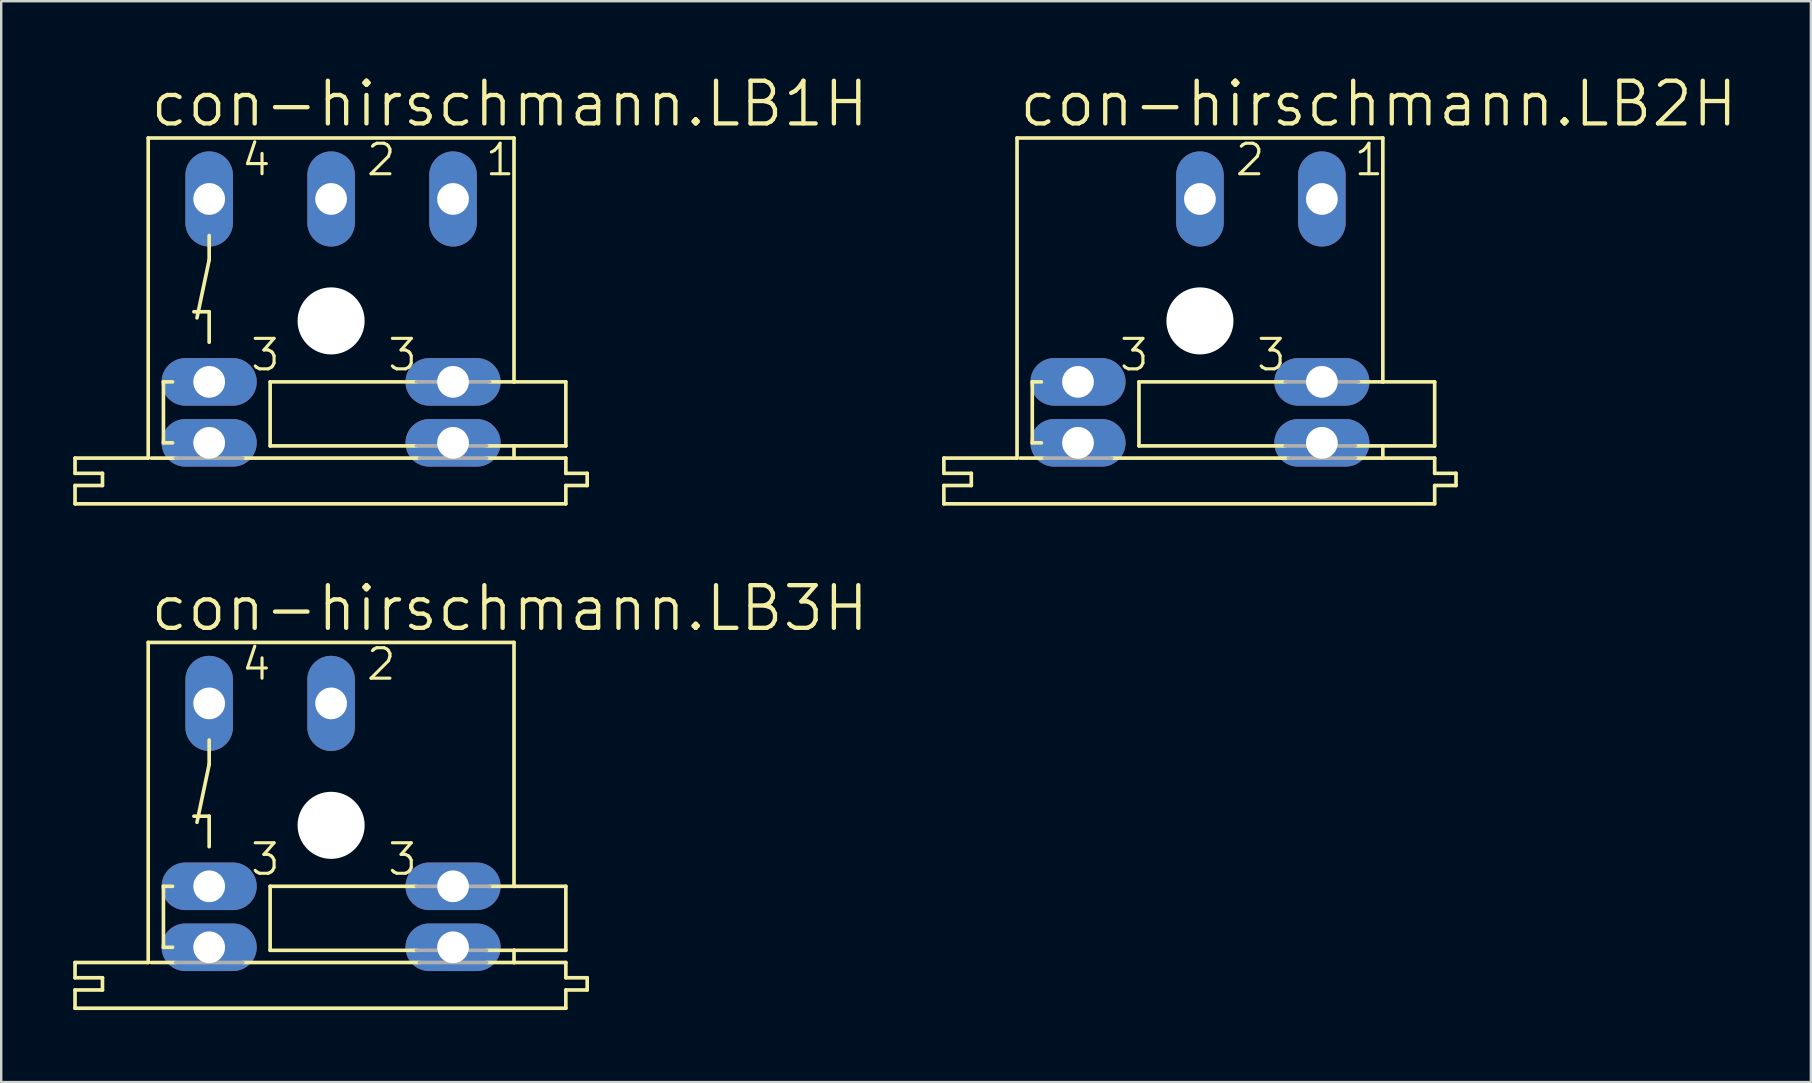
<source format=kicad_pcb>
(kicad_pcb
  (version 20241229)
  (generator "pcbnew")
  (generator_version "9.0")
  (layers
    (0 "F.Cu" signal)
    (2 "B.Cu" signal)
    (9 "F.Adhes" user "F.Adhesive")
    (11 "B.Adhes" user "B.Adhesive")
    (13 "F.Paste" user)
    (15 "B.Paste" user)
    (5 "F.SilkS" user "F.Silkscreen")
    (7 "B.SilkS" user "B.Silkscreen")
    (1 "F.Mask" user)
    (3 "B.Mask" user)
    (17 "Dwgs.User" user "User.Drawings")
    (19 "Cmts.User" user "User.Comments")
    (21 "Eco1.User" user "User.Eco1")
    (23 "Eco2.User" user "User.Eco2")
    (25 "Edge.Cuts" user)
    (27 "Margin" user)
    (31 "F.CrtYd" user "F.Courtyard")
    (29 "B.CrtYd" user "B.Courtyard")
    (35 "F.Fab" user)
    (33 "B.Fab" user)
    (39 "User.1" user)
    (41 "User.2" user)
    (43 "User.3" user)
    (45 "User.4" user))
  (footprint "con-hirschmann.LB1H"
    (layer "F.Cu")
    (at 10.744 10.319)
    (property "Reference" "con-hirschmann.LB1H" (at -7.62 -8.001 0) (layer "F.SilkS") (effects (font (size 1.778 1.778) (thickness 0.18)) (justify left bottom)))
    (attr through_hole)
    (fp_line (start -10.668 6.35) (end -10.668 5.715) (stroke (width 0.152) (type default)) (layer "F.SilkS"))
    (fp_line (start -10.668 6.35) (end -9.525 6.35) (stroke (width 0.152) (type default)) (layer "F.SilkS"))
    (fp_line (start -10.668 7.62) (end -10.668 6.858) (stroke (width 0.152) (type default)) (layer "F.SilkS"))
    (fp_line (start -10.668 7.62) (end 9.779 7.62) (stroke (width 0.152) (type default)) (layer "F.SilkS"))
    (fp_line (start -9.525 6.858) (end -10.668 6.858) (stroke (width 0.152) (type default)) (layer "F.SilkS"))
    (fp_line (start -9.525 6.858) (end -9.525 6.35) (stroke (width 0.152) (type default)) (layer "F.SilkS"))
    (fp_line (start -7.62 -7.62) (end -7.62 5.715) (stroke (width 0.152) (type default)) (layer "F.SilkS"))
    (fp_line (start -7.62 5.715) (end -10.668 5.715) (stroke (width 0.152) (type default)) (layer "F.SilkS"))
    (fp_line (start -7.493 5.715) (end -6.477 5.715) (stroke (width 0.152) (type default)) (layer "F.SilkS"))
    (fp_line (start -6.985 2.54) (end -6.985 5.08) (stroke (width 0.152) (type default)) (layer "F.SilkS"))
    (fp_line (start -6.985 5.08) (end -6.604 5.08) (stroke (width 0.152) (type default)) (layer "F.SilkS"))
    (fp_line (start -6.604 2.54) (end -6.985 2.54) (stroke (width 0.152) (type default)) (layer "F.SilkS"))
    (fp_line (start -5.715 -0.381) (end -5.08 -0.381) (stroke (width 0.152) (type default)) (layer "F.SilkS"))
    (fp_line (start -5.08 -3.556) (end -5.08 -2.54) (stroke (width 0.152) (type default)) (layer "F.SilkS"))
    (fp_line (start -5.08 -2.54) (end -5.588 -0.127) (stroke (width 0.152) (type default)) (layer "F.SilkS"))
    (fp_line (start -5.08 -0.381) (end -5.08 0.889) (stroke (width 0.152) (type default)) (layer "F.SilkS"))
    (fp_line (start -3.683 5.715) (end 3.683 5.715) (stroke (width 0.152) (type default)) (layer "F.SilkS"))
    (fp_line (start -2.54 2.54) (end -2.54 5.207) (stroke (width 0.152) (type default)) (layer "F.SilkS"))
    (fp_line (start -2.54 5.207) (end 3.556 5.207) (stroke (width 0.152) (type default)) (layer "F.SilkS"))
    (fp_line (start 3.556 2.54) (end -2.54 2.54) (stroke (width 0.152) (type default)) (layer "F.SilkS"))
    (fp_line (start 6.477 5.207) (end 7.62 5.207) (stroke (width 0.152) (type default)) (layer "F.SilkS"))
    (fp_line (start 6.477 5.715) (end 7.62 5.715) (stroke (width 0.152) (type default)) (layer "F.SilkS"))
    (fp_line (start 7.62 -7.62) (end -7.62 -7.62) (stroke (width 0.152) (type default)) (layer "F.SilkS"))
    (fp_line (start 7.62 -7.62) (end 7.62 2.54) (stroke (width 0.152) (type default)) (layer "F.SilkS"))
    (fp_line (start 7.62 2.54) (end 6.604 2.54) (stroke (width 0.152) (type default)) (layer "F.SilkS"))
    (fp_line (start 7.62 5.715) (end 7.62 5.207) (stroke (width 0.152) (type default)) (layer "F.SilkS"))
    (fp_line (start 9.779 2.54) (end 7.62 2.54) (stroke (width 0.152) (type default)) (layer "F.SilkS"))
    (fp_line (start 9.779 5.207) (end 7.62 5.207) (stroke (width 0.152) (type default)) (layer "F.SilkS"))
    (fp_line (start 9.779 5.207) (end 9.779 2.54) (stroke (width 0.152) (type default)) (layer "F.SilkS"))
    (fp_line (start 9.779 5.715) (end 7.62 5.715) (stroke (width 0.152) (type default)) (layer "F.SilkS"))
    (fp_line (start 9.779 5.715) (end 9.779 6.35) (stroke (width 0.152) (type default)) (layer "F.SilkS"))
    (fp_line (start 9.779 7.62) (end 9.779 6.858) (stroke (width 0.152) (type default)) (layer "F.SilkS"))
    (fp_line (start 10.668 6.35) (end 9.779 6.35) (stroke (width 0.152) (type default)) (layer "F.SilkS"))
    (fp_line (start 10.668 6.858) (end 9.779 6.858) (stroke (width 0.152) (type default)) (layer "F.SilkS"))
    (fp_line (start 10.668 6.858) (end 10.668 6.35) (stroke (width 0.152) (type default)) (layer "F.SilkS"))
    (fp_line (start -3.683 5.715) (end -6.477 5.715) (stroke (width 0.152) (type default)) (layer "F.Fab"))
    (fp_line (start 3.556 5.207) (end 6.477 5.207) (stroke (width 0.152) (type default)) (layer "F.Fab"))
    (fp_line (start 6.477 5.715) (end 3.683 5.715) (stroke (width 0.152) (type default)) (layer "F.Fab"))
    (fp_line (start 6.604 2.54) (end 3.556 2.54) (stroke (width 0.152) (type default)) (layer "F.Fab"))
    (fp_text user "4" (at -3.81 -5.969 0) (layer "F.SilkS") (effects (font (size 1.27 1.27) (thickness 0.13)) (justify left bottom)))
    (fp_text user "3" (at -3.429 2.159 0) (layer "F.SilkS") (effects (font (size 1.27 1.27) (thickness 0.13)) (justify left bottom)))
    (fp_text user "1" (at 6.35 -5.969 0) (layer "F.SilkS") (effects (font (size 1.27 1.27) (thickness 0.13)) (justify left bottom)))
    (fp_text user "3 " (at 2.286 2.159 0) (layer "F.SilkS") (effects (font (size 1.27 1.27) (thickness 0.13)) (justify left bottom)))
    (fp_text user "2" (at 1.397 -5.969 0) (layer "F.SilkS") (effects (font (size 1.27 1.27) (thickness 0.13)) (justify left bottom)))
    (pad "" np_thru_hole circle (at 0 0) (size 2.794 2.794) (drill 2.794) (layers "*.Cu" "*.Mask"))
    (pad "1" thru_hole oval (at 5.08 -5.08 90) (size 3.962 1.981) (drill 1.321) (layers "*.Cu" "*.Mask"))
    (pad "2" thru_hole oval (at 0 -5.08 90) (size 3.962 1.981) (drill 1.321) (layers "*.Cu" "*.Mask"))
    (pad "3" thru_hole oval (at -5.08 2.54) (size 3.962 1.981) (drill 1.321) (layers "*.Cu" "*.Mask"))
    (pad "3@1" thru_hole oval (at -5.08 5.08) (size 3.962 1.981) (drill 1.321) (layers "*.Cu" "*.Mask"))
    (pad "3@2" thru_hole oval (at 5.08 5.08) (size 3.962 1.981) (drill 1.321) (layers "*.Cu" "*.Mask"))
    (pad "3@3" thru_hole oval (at 5.08 2.54) (size 3.962 1.981) (drill 1.321) (layers "*.Cu" "*.Mask"))
    (pad "4" thru_hole oval (at -5.08 -5.08 90) (size 3.962 1.981) (drill 1.321) (layers "*.Cu" "*.Mask")))
  (footprint "con-hirschmann.LB3H"
    (layer "F.Cu")
    (at 10.744 31.334)
    (property "Reference" "con-hirschmann.LB3H" (at -7.62 -8.001 0) (layer "F.SilkS") (effects (font (size 1.778 1.778) (thickness 0.18)) (justify left bottom)))
    (attr through_hole)
    (fp_line (start -10.668 6.35) (end -10.668 5.715) (stroke (width 0.152) (type default)) (layer "F.SilkS"))
    (fp_line (start -10.668 6.35) (end -9.525 6.35) (stroke (width 0.152) (type default)) (layer "F.SilkS"))
    (fp_line (start -10.668 7.62) (end -10.668 6.858) (stroke (width 0.152) (type default)) (layer "F.SilkS"))
    (fp_line (start -10.668 7.62) (end 9.779 7.62) (stroke (width 0.152) (type default)) (layer "F.SilkS"))
    (fp_line (start -9.525 6.858) (end -10.668 6.858) (stroke (width 0.152) (type default)) (layer "F.SilkS"))
    (fp_line (start -9.525 6.858) (end -9.525 6.35) (stroke (width 0.152) (type default)) (layer "F.SilkS"))
    (fp_line (start -7.62 -7.62) (end -7.62 5.715) (stroke (width 0.152) (type default)) (layer "F.SilkS"))
    (fp_line (start -7.62 5.715) (end -10.668 5.715) (stroke (width 0.152) (type default)) (layer "F.SilkS"))
    (fp_line (start -7.493 5.715) (end -6.477 5.715) (stroke (width 0.152) (type default)) (layer "F.SilkS"))
    (fp_line (start -6.985 2.54) (end -6.985 5.08) (stroke (width 0.152) (type default)) (layer "F.SilkS"))
    (fp_line (start -6.985 5.08) (end -6.604 5.08) (stroke (width 0.152) (type default)) (layer "F.SilkS"))
    (fp_line (start -6.604 2.54) (end -6.985 2.54) (stroke (width 0.152) (type default)) (layer "F.SilkS"))
    (fp_line (start -5.715 -0.381) (end -5.08 -0.381) (stroke (width 0.152) (type default)) (layer "F.SilkS"))
    (fp_line (start -5.08 -3.556) (end -5.08 -2.54) (stroke (width 0.152) (type default)) (layer "F.SilkS"))
    (fp_line (start -5.08 -2.54) (end -5.588 -0.127) (stroke (width 0.152) (type default)) (layer "F.SilkS"))
    (fp_line (start -5.08 -0.381) (end -5.08 0.889) (stroke (width 0.152) (type default)) (layer "F.SilkS"))
    (fp_line (start -3.683 5.715) (end 3.683 5.715) (stroke (width 0.152) (type default)) (layer "F.SilkS"))
    (fp_line (start -2.54 2.54) (end -2.54 5.207) (stroke (width 0.152) (type default)) (layer "F.SilkS"))
    (fp_line (start -2.54 5.207) (end 3.556 5.207) (stroke (width 0.152) (type default)) (layer "F.SilkS"))
    (fp_line (start 3.556 2.54) (end -2.54 2.54) (stroke (width 0.152) (type default)) (layer "F.SilkS"))
    (fp_line (start 6.477 5.207) (end 7.62 5.207) (stroke (width 0.152) (type default)) (layer "F.SilkS"))
    (fp_line (start 6.477 5.715) (end 7.62 5.715) (stroke (width 0.152) (type default)) (layer "F.SilkS"))
    (fp_line (start 7.62 -7.62) (end -7.62 -7.62) (stroke (width 0.152) (type default)) (layer "F.SilkS"))
    (fp_line (start 7.62 -7.62) (end 7.62 2.54) (stroke (width 0.152) (type default)) (layer "F.SilkS"))
    (fp_line (start 7.62 2.54) (end 6.604 2.54) (stroke (width 0.152) (type default)) (layer "F.SilkS"))
    (fp_line (start 7.62 5.715) (end 7.62 5.207) (stroke (width 0.152) (type default)) (layer "F.SilkS"))
    (fp_line (start 9.779 2.54) (end 7.62 2.54) (stroke (width 0.152) (type default)) (layer "F.SilkS"))
    (fp_line (start 9.779 5.207) (end 7.62 5.207) (stroke (width 0.152) (type default)) (layer "F.SilkS"))
    (fp_line (start 9.779 5.207) (end 9.779 2.54) (stroke (width 0.152) (type default)) (layer "F.SilkS"))
    (fp_line (start 9.779 5.715) (end 7.62 5.715) (stroke (width 0.152) (type default)) (layer "F.SilkS"))
    (fp_line (start 9.779 5.715) (end 9.779 6.35) (stroke (width 0.152) (type default)) (layer "F.SilkS"))
    (fp_line (start 9.779 7.62) (end 9.779 6.858) (stroke (width 0.152) (type default)) (layer "F.SilkS"))
    (fp_line (start 10.668 6.35) (end 9.779 6.35) (stroke (width 0.152) (type default)) (layer "F.SilkS"))
    (fp_line (start 10.668 6.858) (end 9.779 6.858) (stroke (width 0.152) (type default)) (layer "F.SilkS"))
    (fp_line (start 10.668 6.858) (end 10.668 6.35) (stroke (width 0.152) (type default)) (layer "F.SilkS"))
    (fp_line (start -3.683 5.715) (end -6.477 5.715) (stroke (width 0.152) (type default)) (layer "F.Fab"))
    (fp_line (start 3.556 5.207) (end 6.477 5.207) (stroke (width 0.152) (type default)) (layer "F.Fab"))
    (fp_line (start 6.477 5.715) (end 3.683 5.715) (stroke (width 0.152) (type default)) (layer "F.Fab"))
    (fp_line (start 6.604 2.54) (end 3.556 2.54) (stroke (width 0.152) (type default)) (layer "F.Fab"))
    (fp_text user "3" (at -3.429 2.159 0) (layer "F.SilkS") (effects (font (size 1.27 1.27) (thickness 0.13)) (justify left bottom)))
    (fp_text user "4" (at -3.81 -5.969 0) (layer "F.SilkS") (effects (font (size 1.27 1.27) (thickness 0.13)) (justify left bottom)))
    (fp_text user "3 " (at 2.286 2.159 0) (layer "F.SilkS") (effects (font (size 1.27 1.27) (thickness 0.13)) (justify left bottom)))
    (fp_text user "2" (at 1.397 -5.969 0) (layer "F.SilkS") (effects (font (size 1.27 1.27) (thickness 0.13)) (justify left bottom)))
    (pad "" np_thru_hole circle (at 0 0) (size 2.794 2.794) (drill 2.794) (layers "*.Cu" "*.Mask"))
    (pad "2" thru_hole oval (at 0 -5.08 90) (size 3.962 1.981) (drill 1.321) (layers "*.Cu" "*.Mask"))
    (pad "3" thru_hole oval (at -5.08 2.54) (size 3.962 1.981) (drill 1.321) (layers "*.Cu" "*.Mask"))
    (pad "3@1" thru_hole oval (at -5.08 5.08) (size 3.962 1.981) (drill 1.321) (layers "*.Cu" "*.Mask"))
    (pad "3@2" thru_hole oval (at 5.08 5.08) (size 3.962 1.981) (drill 1.321) (layers "*.Cu" "*.Mask"))
    (pad "3@3" thru_hole oval (at 5.08 2.54) (size 3.962 1.981) (drill 1.321) (layers "*.Cu" "*.Mask"))
    (pad "4" thru_hole oval (at -5.08 -5.08 90) (size 3.962 1.981) (drill 1.321) (layers "*.Cu" "*.Mask")))
  (footprint "con-hirschmann.LB2H"
    (layer "F.Cu")
    (at 46.94 10.319)
    (property "Reference" "con-hirschmann.LB2H" (at -7.62 -8.001 0) (layer "F.SilkS") (effects (font (size 1.778 1.778) (thickness 0.18)) (justify left bottom)))
    (attr through_hole)
    (fp_line (start -10.668 6.35) (end -10.668 5.715) (stroke (width 0.152) (type default)) (layer "F.SilkS"))
    (fp_line (start -10.668 6.35) (end -9.525 6.35) (stroke (width 0.152) (type default)) (layer "F.SilkS"))
    (fp_line (start -10.668 7.62) (end -10.668 6.858) (stroke (width 0.152) (type default)) (layer "F.SilkS"))
    (fp_line (start -10.668 7.62) (end 9.779 7.62) (stroke (width 0.152) (type default)) (layer "F.SilkS"))
    (fp_line (start -9.525 6.858) (end -10.668 6.858) (stroke (width 0.152) (type default)) (layer "F.SilkS"))
    (fp_line (start -9.525 6.858) (end -9.525 6.35) (stroke (width 0.152) (type default)) (layer "F.SilkS"))
    (fp_line (start -7.62 -7.62) (end -7.62 5.715) (stroke (width 0.152) (type default)) (layer "F.SilkS"))
    (fp_line (start -7.62 5.715) (end -10.668 5.715) (stroke (width 0.152) (type default)) (layer "F.SilkS"))
    (fp_line (start -7.493 5.715) (end -6.477 5.715) (stroke (width 0.152) (type default)) (layer "F.SilkS"))
    (fp_line (start -6.985 2.54) (end -6.985 5.08) (stroke (width 0.152) (type default)) (layer "F.SilkS"))
    (fp_line (start -6.985 5.08) (end -6.604 5.08) (stroke (width 0.152) (type default)) (layer "F.SilkS"))
    (fp_line (start -6.604 2.54) (end -6.985 2.54) (stroke (width 0.152) (type default)) (layer "F.SilkS"))
    (fp_line (start -3.683 5.715) (end 3.683 5.715) (stroke (width 0.152) (type default)) (layer "F.SilkS"))
    (fp_line (start -2.54 2.54) (end -2.54 5.207) (stroke (width 0.152) (type default)) (layer "F.SilkS"))
    (fp_line (start -2.54 5.207) (end 3.556 5.207) (stroke (width 0.152) (type default)) (layer "F.SilkS"))
    (fp_line (start 3.556 2.54) (end -2.54 2.54) (stroke (width 0.152) (type default)) (layer "F.SilkS"))
    (fp_line (start 6.477 5.207) (end 7.62 5.207) (stroke (width 0.152) (type default)) (layer "F.SilkS"))
    (fp_line (start 6.477 5.715) (end 7.62 5.715) (stroke (width 0.152) (type default)) (layer "F.SilkS"))
    (fp_line (start 7.62 -7.62) (end -7.62 -7.62) (stroke (width 0.152) (type default)) (layer "F.SilkS"))
    (fp_line (start 7.62 -7.62) (end 7.62 2.54) (stroke (width 0.152) (type default)) (layer "F.SilkS"))
    (fp_line (start 7.62 2.54) (end 6.604 2.54) (stroke (width 0.152) (type default)) (layer "F.SilkS"))
    (fp_line (start 7.62 5.715) (end 7.62 5.207) (stroke (width 0.152) (type default)) (layer "F.SilkS"))
    (fp_line (start 9.779 2.54) (end 7.62 2.54) (stroke (width 0.152) (type default)) (layer "F.SilkS"))
    (fp_line (start 9.779 5.207) (end 7.62 5.207) (stroke (width 0.152) (type default)) (layer "F.SilkS"))
    (fp_line (start 9.779 5.207) (end 9.779 2.54) (stroke (width 0.152) (type default)) (layer "F.SilkS"))
    (fp_line (start 9.779 5.715) (end 7.62 5.715) (stroke (width 0.152) (type default)) (layer "F.SilkS"))
    (fp_line (start 9.779 5.715) (end 9.779 6.35) (stroke (width 0.152) (type default)) (layer "F.SilkS"))
    (fp_line (start 9.779 7.62) (end 9.779 6.858) (stroke (width 0.152) (type default)) (layer "F.SilkS"))
    (fp_line (start 10.668 6.35) (end 9.779 6.35) (stroke (width 0.152) (type default)) (layer "F.SilkS"))
    (fp_line (start 10.668 6.858) (end 9.779 6.858) (stroke (width 0.152) (type default)) (layer "F.SilkS"))
    (fp_line (start 10.668 6.858) (end 10.668 6.35) (stroke (width 0.152) (type default)) (layer "F.SilkS"))
    (fp_line (start -3.683 5.715) (end -6.477 5.715) (stroke (width 0.152) (type default)) (layer "F.Fab"))
    (fp_line (start 3.556 5.207) (end 6.477 5.207) (stroke (width 0.152) (type default)) (layer "F.Fab"))
    (fp_line (start 6.477 5.715) (end 3.683 5.715) (stroke (width 0.152) (type default)) (layer "F.Fab"))
    (fp_line (start 6.604 2.54) (end 3.556 2.54) (stroke (width 0.152) (type default)) (layer "F.Fab"))
    (fp_text user "3 " (at 2.286 2.159 0) (layer "F.SilkS") (effects (font (size 1.27 1.27) (thickness 0.13)) (justify left bottom)))
    (fp_text user "1" (at 6.35 -5.969 0) (layer "F.SilkS") (effects (font (size 1.27 1.27) (thickness 0.13)) (justify left bottom)))
    (fp_text user "2" (at 1.397 -5.969 0) (layer "F.SilkS") (effects (font (size 1.27 1.27) (thickness 0.13)) (justify left bottom)))
    (fp_text user "3" (at -3.429 2.159 0) (layer "F.SilkS") (effects (font (size 1.27 1.27) (thickness 0.13)) (justify left bottom)))
    (pad "" np_thru_hole circle (at 0 0) (size 2.794 2.794) (drill 2.794) (layers "*.Cu" "*.Mask"))
    (pad "1" thru_hole oval (at 5.08 -5.08 90) (size 3.962 1.981) (drill 1.321) (layers "*.Cu" "*.Mask"))
    (pad "2" thru_hole oval (at 0 -5.08 90) (size 3.962 1.981) (drill 1.321) (layers "*.Cu" "*.Mask"))
    (pad "3" thru_hole oval (at -5.08 2.54) (size 3.962 1.981) (drill 1.321) (layers "*.Cu" "*.Mask"))
    (pad "3@1" thru_hole oval (at -5.08 5.08) (size 3.962 1.981) (drill 1.321) (layers "*.Cu" "*.Mask"))
    (pad "3@2" thru_hole oval (at 5.08 5.08) (size 3.962 1.981) (drill 1.321) (layers "*.Cu" "*.Mask"))
    (pad "3@3" thru_hole oval (at 5.08 2.54) (size 3.962 1.981) (drill 1.321) (layers "*.Cu" "*.Mask")))
  (gr_rect
    (start -3 -3)
    (end 72.392 42.03)
    (stroke (width 0.1) (type default))
    (fill no)
    (layer "Edge.Cuts")))
</source>
